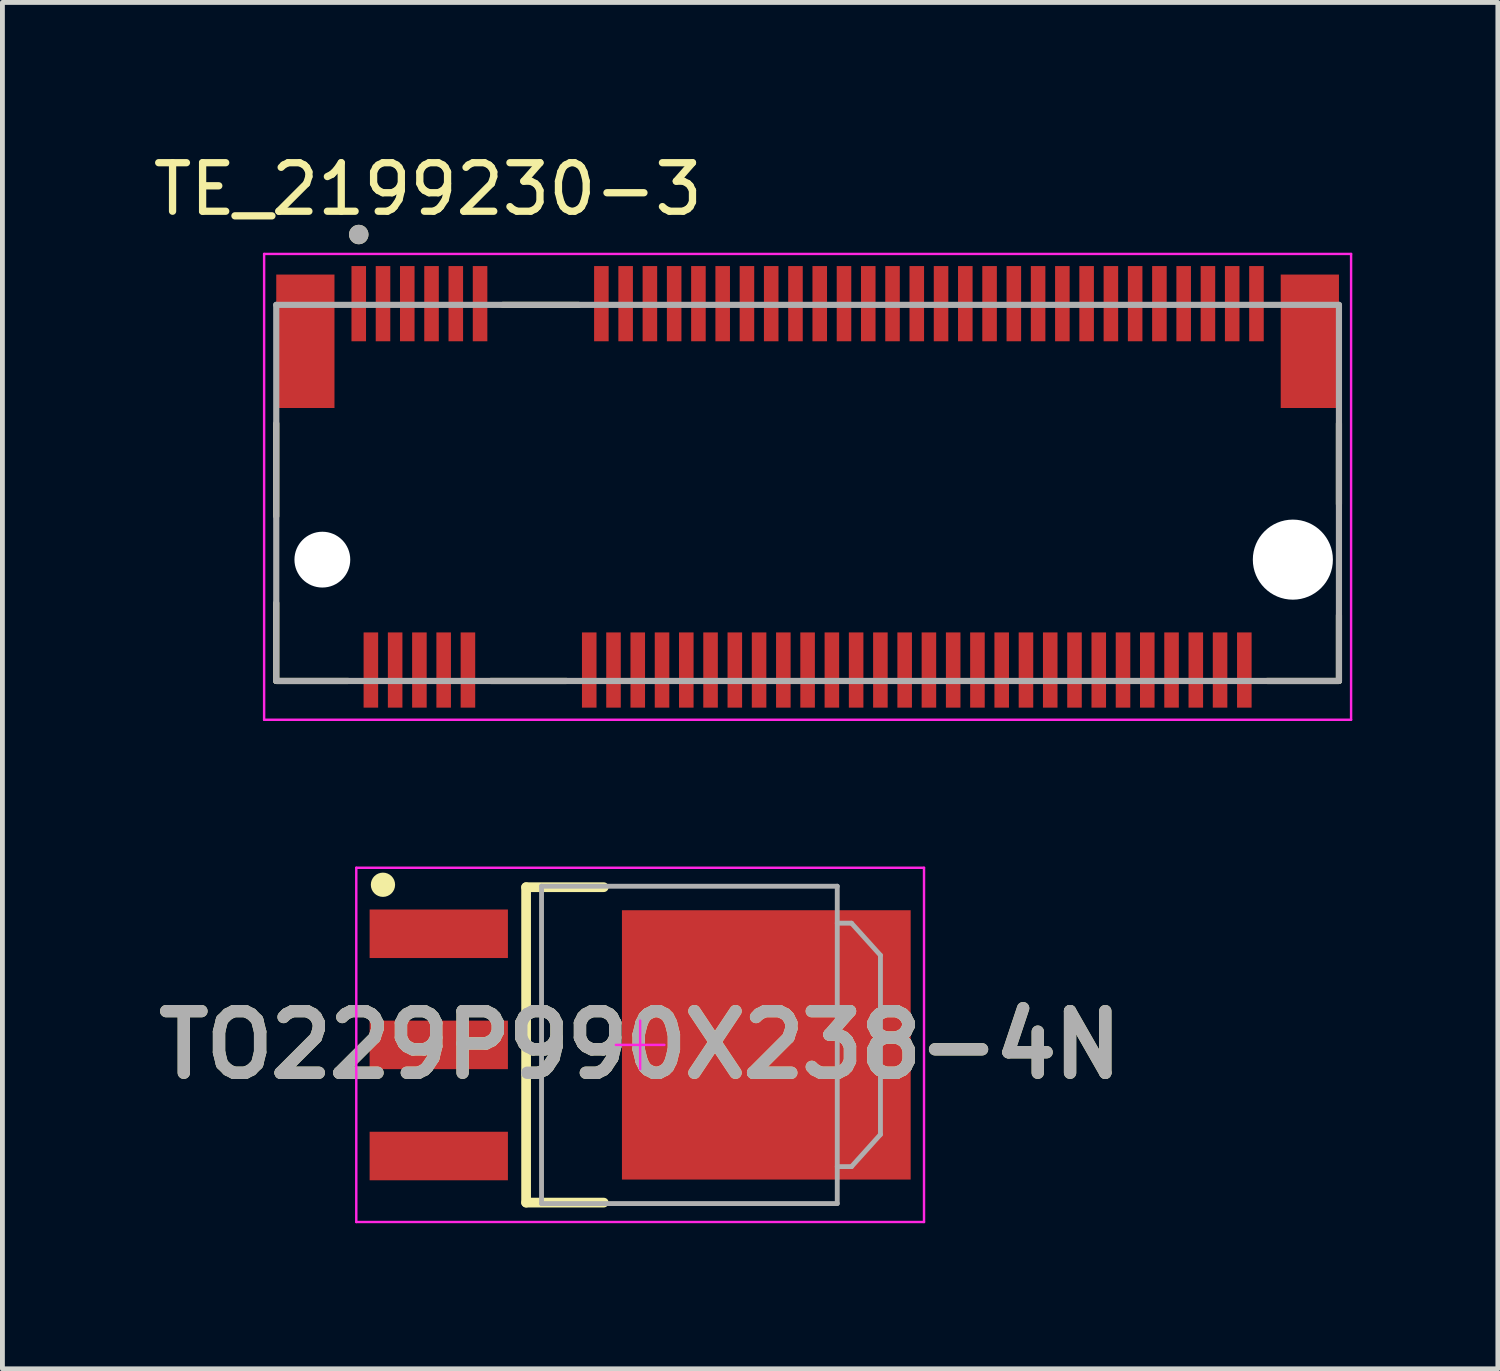
<source format=kicad_pcb>
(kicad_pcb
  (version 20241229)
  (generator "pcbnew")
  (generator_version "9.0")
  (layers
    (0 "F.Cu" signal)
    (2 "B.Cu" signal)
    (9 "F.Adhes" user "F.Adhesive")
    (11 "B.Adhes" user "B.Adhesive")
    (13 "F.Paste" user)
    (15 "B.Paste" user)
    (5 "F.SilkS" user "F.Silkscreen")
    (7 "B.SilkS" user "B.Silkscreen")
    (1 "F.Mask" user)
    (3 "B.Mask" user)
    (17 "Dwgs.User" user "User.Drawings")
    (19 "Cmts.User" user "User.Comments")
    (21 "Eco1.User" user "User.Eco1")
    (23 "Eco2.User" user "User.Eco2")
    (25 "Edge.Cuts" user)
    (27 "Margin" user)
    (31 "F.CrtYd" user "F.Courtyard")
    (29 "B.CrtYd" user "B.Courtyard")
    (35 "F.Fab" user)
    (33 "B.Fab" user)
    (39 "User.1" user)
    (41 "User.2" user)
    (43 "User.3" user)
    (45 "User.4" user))
  (footprint "TE_2199230-3"
    (layer "F.Cu")
    (at 13.593 8.483)
    (property "Reference" "TE_2199230-3" (at -7.825 -7.635 0) (layer "F.SilkS") (effects (font (size 1 1) (thickness 0.15))))
    (attr through_hole)
    (fp_line (start -10.95 -2.805) (end -10.95 -0.895) (stroke (width 0.127) (type solid)) (layer "F.SilkS"))
    (fp_line (start -10.95 0.895) (end -10.95 2.5) (stroke (width 0.127) (type solid)) (layer "F.SilkS"))
    (fp_line (start -10.95 2.5) (end -9.47 2.5) (stroke (width 0.127) (type solid)) (layer "F.SilkS"))
    (fp_line (start -4.97 2.5) (end -6.53 2.5) (stroke (width 0.127) (type solid)) (layer "F.SilkS"))
    (fp_line (start -4.72 -5.25) (end -6.28 -5.25) (stroke (width 0.127) (type solid)) (layer "F.SilkS"))
    (fp_line (start 10.95 -2.805) (end 10.95 -1.145) (stroke (width 0.127) (type solid)) (layer "F.SilkS"))
    (fp_line (start 10.95 1.145) (end 10.95 2.5) (stroke (width 0.127) (type solid)) (layer "F.SilkS"))
    (fp_line (start 10.95 2.5) (end 9.47 2.5) (stroke (width 0.127) (type solid)) (layer "F.SilkS"))
    (fp_circle (center -9.25 -6.7) (end -9.15 -6.7) (stroke (width 0.2) (type solid)) (fill no) (layer "F.SilkS"))
    (fp_line (start -11.2 -6.3) (end 11.2 -6.3) (stroke (width 0.05) (type solid)) (layer "F.CrtYd"))
    (fp_line (start -11.2 3.3) (end -11.2 -6.3) (stroke (width 0.05) (type solid)) (layer "F.CrtYd"))
    (fp_line (start 11.2 -6.3) (end 11.2 3.3) (stroke (width 0.05) (type solid)) (layer "F.CrtYd"))
    (fp_line (start 11.2 3.3) (end -11.2 3.3) (stroke (width 0.05) (type solid)) (layer "F.CrtYd"))
    (fp_line (start -10.95 -5.25) (end 10.95 -5.25) (stroke (width 0.127) (type solid)) (layer "F.Fab"))
    (fp_line (start -10.95 2.5) (end -10.95 -5.25) (stroke (width 0.127) (type solid)) (layer "F.Fab"))
    (fp_line (start 10.95 -5.25) (end 10.95 2.5) (stroke (width 0.127) (type solid)) (layer "F.Fab"))
    (fp_line (start 10.95 2.5) (end -10.95 2.5) (stroke (width 0.127) (type solid)) (layer "F.Fab"))
    (fp_circle (center -9.25 -6.7) (end -9.15 -6.7) (stroke (width 0.2) (type solid)) (fill no) (layer "F.Fab"))
    (pad "" np_thru_hole circle (at -10 0) (size 1.15 1.15) (drill 1.15) (layers "*.Cu" "*.Mask"))
    (pad "" np_thru_hole circle (at 10 0) (size 1.65 1.65) (drill 1.65) (layers "*.Cu" "*.Mask"))
    (pad "1" smd rect (at -9.25 -5.275) (size 0.3 1.55) (layers "F.Cu" "F.Mask" "F.Paste"))
    (pad "2" smd rect (at -9 2.275) (size 0.3 1.55) (layers "F.Cu" "F.Mask" "F.Paste"))
    (pad "3" smd rect (at -8.75 -5.275) (size 0.3 1.55) (layers "F.Cu" "F.Mask" "F.Paste"))
    (pad "4" smd rect (at -8.5 2.275) (size 0.3 1.55) (layers "F.Cu" "F.Mask" "F.Paste"))
    (pad "5" smd rect (at -8.25 -5.275) (size 0.3 1.55) (layers "F.Cu" "F.Mask" "F.Paste"))
    (pad "6" smd rect (at -8 2.275) (size 0.3 1.55) (layers "F.Cu" "F.Mask" "F.Paste"))
    (pad "7" smd rect (at -7.75 -5.275) (size 0.3 1.55) (layers "F.Cu" "F.Mask" "F.Paste"))
    (pad "8" smd rect (at -7.5 2.275) (size 0.3 1.55) (layers "F.Cu" "F.Mask" "F.Paste"))
    (pad "9" smd rect (at -7.25 -5.275) (size 0.3 1.55) (layers "F.Cu" "F.Mask" "F.Paste"))
    (pad "10" smd rect (at -7 2.275) (size 0.3 1.55) (layers "F.Cu" "F.Mask" "F.Paste"))
    (pad "11" smd rect (at -6.75 -5.275) (size 0.3 1.55) (layers "F.Cu" "F.Mask" "F.Paste"))
    (pad "20" smd rect (at -4.5 2.275) (size 0.3 1.55) (layers "F.Cu" "F.Mask" "F.Paste"))
    (pad "21" smd rect (at -4.25 -5.275) (size 0.3 1.55) (layers "F.Cu" "F.Mask" "F.Paste"))
    (pad "22" smd rect (at -4 2.275) (size 0.3 1.55) (layers "F.Cu" "F.Mask" "F.Paste"))
    (pad "23" smd rect (at -3.75 -5.275) (size 0.3 1.55) (layers "F.Cu" "F.Mask" "F.Paste"))
    (pad "24" smd rect (at -3.5 2.275) (size 0.3 1.55) (layers "F.Cu" "F.Mask" "F.Paste"))
    (pad "25" smd rect (at -3.25 -5.275) (size 0.3 1.55) (layers "F.Cu" "F.Mask" "F.Paste"))
    (pad "26" smd rect (at -3 2.275) (size 0.3 1.55) (layers "F.Cu" "F.Mask" "F.Paste"))
    (pad "27" smd rect (at -2.75 -5.275) (size 0.3 1.55) (layers "F.Cu" "F.Mask" "F.Paste"))
    (pad "28" smd rect (at -2.5 2.275) (size 0.3 1.55) (layers "F.Cu" "F.Mask" "F.Paste"))
    (pad "29" smd rect (at -2.25 -5.275) (size 0.3 1.55) (layers "F.Cu" "F.Mask" "F.Paste"))
    (pad "30" smd rect (at -2 2.275) (size 0.3 1.55) (layers "F.Cu" "F.Mask" "F.Paste"))
    (pad "31" smd rect (at -1.75 -5.275) (size 0.3 1.55) (layers "F.Cu" "F.Mask" "F.Paste"))
    (pad "32" smd rect (at -1.5 2.275) (size 0.3 1.55) (layers "F.Cu" "F.Mask" "F.Paste"))
    (pad "33" smd rect (at -1.25 -5.275) (size 0.3 1.55) (layers "F.Cu" "F.Mask" "F.Paste"))
    (pad "34" smd rect (at -1 2.275) (size 0.3 1.55) (layers "F.Cu" "F.Mask" "F.Paste"))
    (pad "35" smd rect (at -0.75 -5.275) (size 0.3 1.55) (layers "F.Cu" "F.Mask" "F.Paste"))
    (pad "36" smd rect (at -0.5 2.275) (size 0.3 1.55) (layers "F.Cu" "F.Mask" "F.Paste"))
    (pad "37" smd rect (at -0.25 -5.275) (size 0.3 1.55) (layers "F.Cu" "F.Mask" "F.Paste"))
    (pad "38" smd rect (at 0 2.275) (size 0.3 1.55) (layers "F.Cu" "F.Mask" "F.Paste"))
    (pad "39" smd rect (at 0.25 -5.275) (size 0.3 1.55) (layers "F.Cu" "F.Mask" "F.Paste"))
    (pad "40" smd rect (at 0.5 2.275) (size 0.3 1.55) (layers "F.Cu" "F.Mask" "F.Paste"))
    (pad "41" smd rect (at 0.75 -5.275) (size 0.3 1.55) (layers "F.Cu" "F.Mask" "F.Paste"))
    (pad "42" smd rect (at 1 2.275) (size 0.3 1.55) (layers "F.Cu" "F.Mask" "F.Paste"))
    (pad "43" smd rect (at 1.25 -5.275) (size 0.3 1.55) (layers "F.Cu" "F.Mask" "F.Paste"))
    (pad "44" smd rect (at 1.5 2.275) (size 0.3 1.55) (layers "F.Cu" "F.Mask" "F.Paste"))
    (pad "45" smd rect (at 1.75 -5.275) (size 0.3 1.55) (layers "F.Cu" "F.Mask" "F.Paste"))
    (pad "46" smd rect (at 2 2.275) (size 0.3 1.55) (layers "F.Cu" "F.Mask" "F.Paste"))
    (pad "47" smd rect (at 2.25 -5.275) (size 0.3 1.55) (layers "F.Cu" "F.Mask" "F.Paste"))
    (pad "48" smd rect (at 2.5 2.275) (size 0.3 1.55) (layers "F.Cu" "F.Mask" "F.Paste"))
    (pad "49" smd rect (at 2.75 -5.275) (size 0.3 1.55) (layers "F.Cu" "F.Mask" "F.Paste"))
    (pad "50" smd rect (at 3 2.275) (size 0.3 1.55) (layers "F.Cu" "F.Mask" "F.Paste"))
    (pad "51" smd rect (at 3.25 -5.275) (size 0.3 1.55) (layers "F.Cu" "F.Mask" "F.Paste"))
    (pad "52" smd rect (at 3.5 2.275) (size 0.3 1.55) (layers "F.Cu" "F.Mask" "F.Paste"))
    (pad "53" smd rect (at 3.75 -5.275) (size 0.3 1.55) (layers "F.Cu" "F.Mask" "F.Paste"))
    (pad "54" smd rect (at 4 2.275) (size 0.3 1.55) (layers "F.Cu" "F.Mask" "F.Paste"))
    (pad "55" smd rect (at 4.25 -5.275) (size 0.3 1.55) (layers "F.Cu" "F.Mask" "F.Paste"))
    (pad "56" smd rect (at 4.5 2.275) (size 0.3 1.55) (layers "F.Cu" "F.Mask" "F.Paste"))
    (pad "57" smd rect (at 4.75 -5.275) (size 0.3 1.55) (layers "F.Cu" "F.Mask" "F.Paste"))
    (pad "58" smd rect (at 5 2.275) (size 0.3 1.55) (layers "F.Cu" "F.Mask" "F.Paste"))
    (pad "59" smd rect (at 5.25 -5.275) (size 0.3 1.55) (layers "F.Cu" "F.Mask" "F.Paste"))
    (pad "60" smd rect (at 5.5 2.275) (size 0.3 1.55) (layers "F.Cu" "F.Mask" "F.Paste"))
    (pad "61" smd rect (at 5.75 -5.275) (size 0.3 1.55) (layers "F.Cu" "F.Mask" "F.Paste"))
    (pad "62" smd rect (at 6 2.275) (size 0.3 1.55) (layers "F.Cu" "F.Mask" "F.Paste"))
    (pad "63" smd rect (at 6.25 -5.275) (size 0.3 1.55) (layers "F.Cu" "F.Mask" "F.Paste"))
    (pad "64" smd rect (at 6.5 2.275) (size 0.3 1.55) (layers "F.Cu" "F.Mask" "F.Paste"))
    (pad "65" smd rect (at 6.75 -5.275) (size 0.3 1.55) (layers "F.Cu" "F.Mask" "F.Paste"))
    (pad "66" smd rect (at 7 2.275) (size 0.3 1.55) (layers "F.Cu" "F.Mask" "F.Paste"))
    (pad "67" smd rect (at 7.25 -5.275) (size 0.3 1.55) (layers "F.Cu" "F.Mask" "F.Paste"))
    (pad "68" smd rect (at 7.5 2.275) (size 0.3 1.55) (layers "F.Cu" "F.Mask" "F.Paste"))
    (pad "69" smd rect (at 7.75 -5.275) (size 0.3 1.55) (layers "F.Cu" "F.Mask" "F.Paste"))
    (pad "70" smd rect (at 8 2.275) (size 0.3 1.55) (layers "F.Cu" "F.Mask" "F.Paste"))
    (pad "71" smd rect (at 8.25 -5.275) (size 0.3 1.55) (layers "F.Cu" "F.Mask" "F.Paste"))
    (pad "72" smd rect (at 8.5 2.275) (size 0.3 1.55) (layers "F.Cu" "F.Mask" "F.Paste"))
    (pad "73" smd rect (at 8.75 -5.275) (size 0.3 1.55) (layers "F.Cu" "F.Mask" "F.Paste"))
    (pad "74" smd rect (at 9 2.275) (size 0.3 1.55) (layers "F.Cu" "F.Mask" "F.Paste"))
    (pad "75" smd rect (at 9.25 -5.275) (size 0.3 1.55) (layers "F.Cu" "F.Mask" "F.Paste"))
    (pad "S1" smd rect (at -10.35 -4.5) (size 1.2 2.75) (layers "F.Cu" "F.Mask" "F.Paste"))
    (pad "S2" smd rect (at 10.35 -4.5) (size 1.2 2.75) (layers "F.Cu" "F.Mask" "F.Paste")))
  (footprint "TO229P990X238-4N"
    (layer "F.Cu")
    (at 10.142 18.483)
    (property "Reference" "TO229P990X238-4N" (at 0 0 0) (layer "F.SilkS") (effects (font (size 1.27 1.27) (thickness 0.254))))
    (attr smd)
    (fp_line (start -2.35 -3.25) (end -0.75 -3.25) (stroke (width 0.2) (type solid)) (layer "F.SilkS"))
    (fp_line (start -2.35 3.25) (end -2.35 -3.25) (stroke (width 0.2) (type solid)) (layer "F.SilkS"))
    (fp_line (start -0.75 3.25) (end -2.35 3.25) (stroke (width 0.2) (type solid)) (layer "F.SilkS"))
    (fp_circle (center -5.3 -3.3) (end -5.3 -3.175) (stroke (width 0.25) (type solid)) (fill no) (layer "F.SilkS"))
    (fp_line (start -5.85 -3.65) (end -5.85 3.65) (stroke (width 0.05) (type solid)) (layer "F.CrtYd"))
    (fp_line (start -5.85 3.65) (end 5.85 3.65) (stroke (width 0.05) (type solid)) (layer "F.CrtYd"))
    (fp_line (start -2.095 -3.365) (end -2.095 3.365) (stroke (width 0.001) (type solid)) (layer "F.CrtYd"))
    (fp_line (start -2.095 3.365) (end 4.125 3.365) (stroke (width 0.001) (type solid)) (layer "F.CrtYd"))
    (fp_line (start -0.5 0) (end 0.5 0) (stroke (width 0.05) (type solid)) (layer "F.CrtYd"))
    (fp_line (start 0 0.5) (end 0 -0.5) (stroke (width 0.05) (type solid)) (layer "F.CrtYd"))
    (fp_line (start 4.125 -3.365) (end -2.095 -3.365) (stroke (width 0.001) (type solid)) (layer "F.CrtYd"))
    (fp_line (start 4.125 3.365) (end 4.125 -3.365) (stroke (width 0.001) (type solid)) (layer "F.CrtYd"))
    (fp_line (start 5.85 -3.65) (end -5.85 -3.65) (stroke (width 0.05) (type solid)) (layer "F.CrtYd"))
    (fp_line (start 5.85 3.65) (end 5.85 -3.65) (stroke (width 0.05) (type solid)) (layer "F.CrtYd"))
    (fp_line (start -2.032 -3.27) (end -2.032 3.27) (stroke (width 0.1) (type solid)) (layer "F.Fab"))
    (fp_line (start -2.032 3.27) (end 4.062 3.27) (stroke (width 0.1) (type solid)) (layer "F.Fab"))
    (fp_line (start 4.062 -3.27) (end -2.032 -3.27) (stroke (width 0.1) (type solid)) (layer "F.Fab"))
    (fp_line (start 4.062 2.508) (end 4.356 2.508) (stroke (width 0.1) (type solid)) (layer "F.Fab"))
    (fp_line (start 4.062 3.27) (end 4.062 -3.27) (stroke (width 0.1) (type solid)) (layer "F.Fab"))
    (fp_line (start 4.356 -2.508) (end 4.062 -2.508) (stroke (width 0.1) (type solid)) (layer "F.Fab"))
    (fp_line (start 4.356 2.508) (end 4.952 1.846) (stroke (width 0.1) (type solid)) (layer "F.Fab"))
    (fp_line (start 4.952 -1.847) (end 4.356 -2.508) (stroke (width 0.1) (type solid)) (layer "F.Fab"))
    (fp_line (start 4.952 1.846) (end 4.952 -1.847) (stroke (width 0.1) (type solid)) (layer "F.Fab"))
    (fp_text user "${REFERENCE}" (at 0 0 0) (layer "F.Fab") (effects (font (size 1.27 1.27) (thickness 0.254))))
    (pad "1" smd rect (at -4.15 -2.29 90) (size 1 2.85) (layers "F.Cu" "F.Mask" "F.Paste"))
    (pad "2" smd rect (at -4.15 0 90) (size 1 2.85) (layers "F.Cu" "F.Mask" "F.Paste"))
    (pad "3" smd rect (at -4.15 2.29 90) (size 1 2.85) (layers "F.Cu" "F.Mask" "F.Paste"))
    (pad "4" smd rect (at 2.6 0 90) (size 5.55 5.95) (layers "F.Cu" "F.Mask" "F.Paste")))
  (gr_rect
    (start -3 -3)
    (end 27.818 25.158)
    (stroke (width 0.1) (type default))
    (fill no)
    (layer "Edge.Cuts")))
</source>
